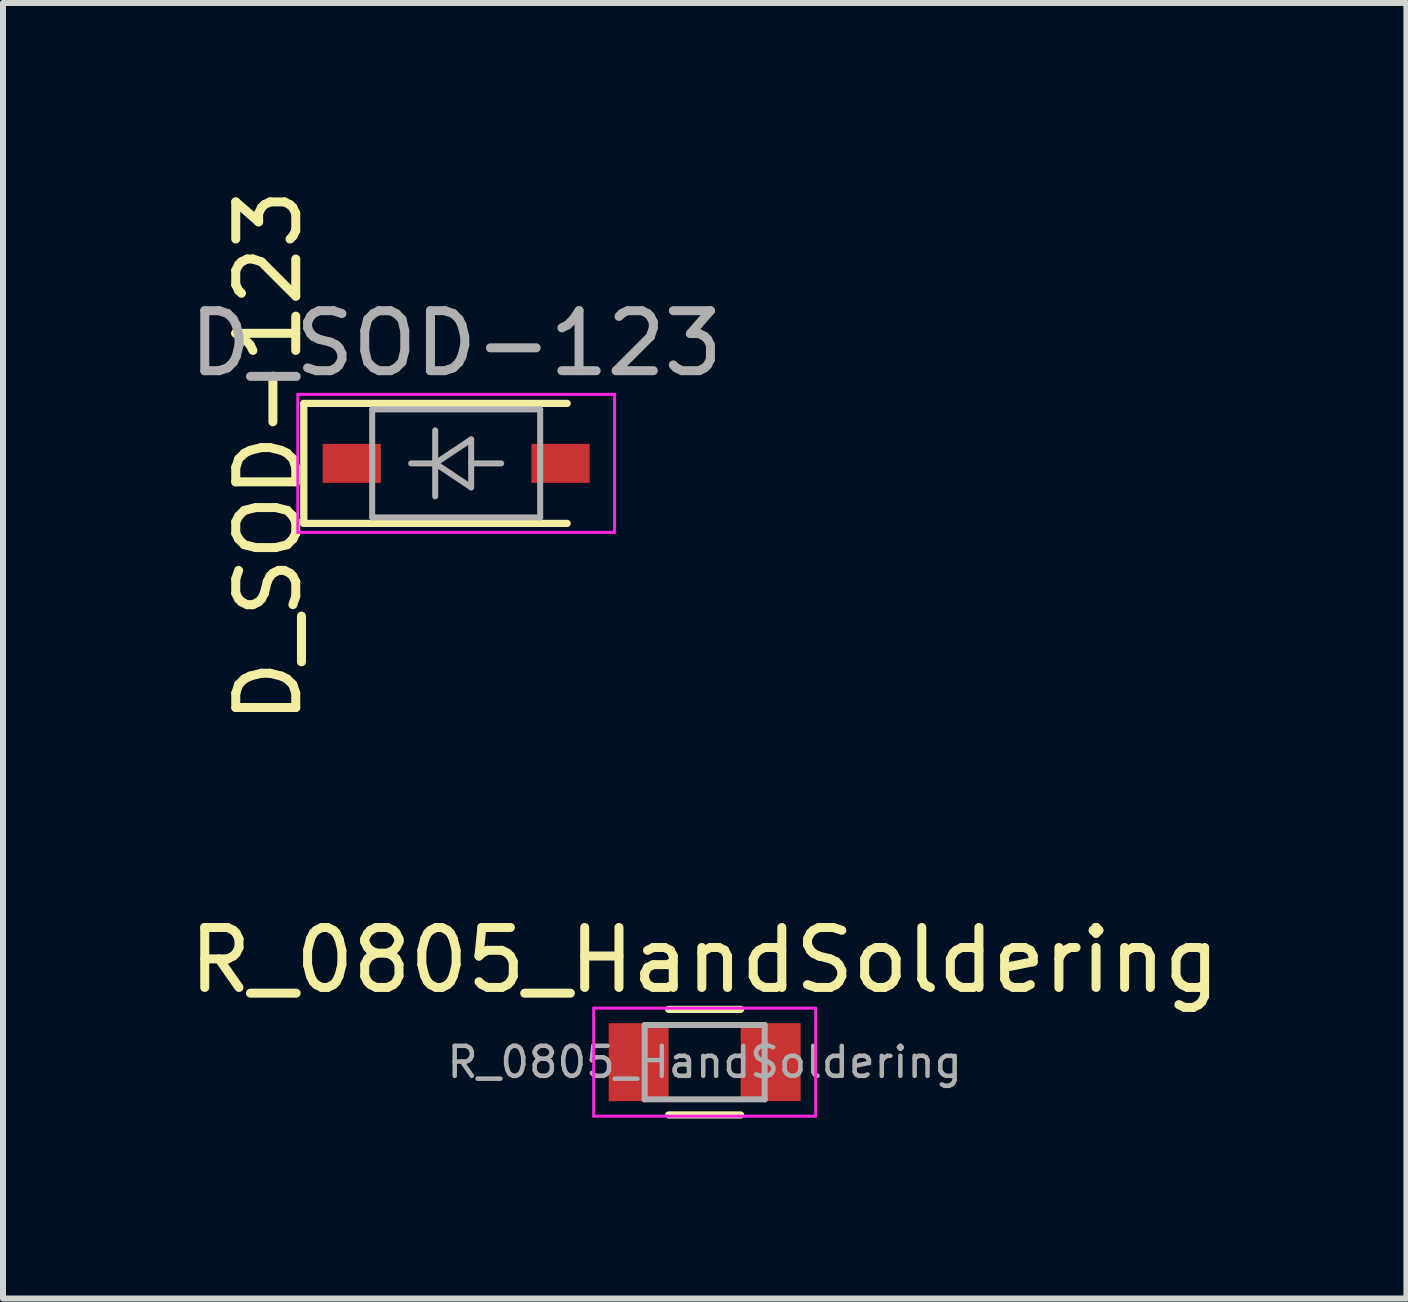
<source format=kicad_pcb>
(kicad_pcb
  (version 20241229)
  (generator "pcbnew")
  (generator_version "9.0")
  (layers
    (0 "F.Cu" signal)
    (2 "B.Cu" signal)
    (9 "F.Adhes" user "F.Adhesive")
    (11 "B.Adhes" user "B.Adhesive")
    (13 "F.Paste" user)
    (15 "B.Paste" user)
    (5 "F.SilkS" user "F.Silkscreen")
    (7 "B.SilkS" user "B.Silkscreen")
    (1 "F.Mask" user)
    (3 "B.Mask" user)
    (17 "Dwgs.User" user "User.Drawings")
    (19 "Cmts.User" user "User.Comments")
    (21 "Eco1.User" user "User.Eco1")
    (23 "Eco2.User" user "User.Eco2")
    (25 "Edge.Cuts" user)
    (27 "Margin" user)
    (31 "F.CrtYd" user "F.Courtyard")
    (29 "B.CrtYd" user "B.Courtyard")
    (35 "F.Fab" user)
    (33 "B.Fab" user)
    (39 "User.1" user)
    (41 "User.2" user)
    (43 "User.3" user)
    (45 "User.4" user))
  (footprint "D_SOD-123"
    (layer "F.Cu")
    (at 4.554 4.674)
    (property "Reference" "D_SOD-123" (at -3.129 -0.121 270) (layer "F.SilkS") (effects (font (size 1 1) (thickness 0.15))))
    (attr smd)
    (fp_line (start -2.54 -1) (end -2.54 1) (stroke (width 0.12) (type solid)) (layer "F.SilkS"))
    (fp_line (start -2.54 -1) (end 1.85 -1) (stroke (width 0.12) (type solid)) (layer "F.SilkS"))
    (fp_line (start -2.54 1) (end 1.85 1) (stroke (width 0.12) (type solid)) (layer "F.SilkS"))
    (fp_line (start -2.64 -1.15) (end -2.64 1.15) (stroke (width 0.05) (type solid)) (layer "F.CrtYd"))
    (fp_line (start -2.64 -1.15) (end 2.64 -1.15) (stroke (width 0.05) (type solid)) (layer "F.CrtYd"))
    (fp_line (start 2.64 -1.15) (end 2.64 1.15) (stroke (width 0.05) (type solid)) (layer "F.CrtYd"))
    (fp_line (start 2.64 1.15) (end -2.64 1.15) (stroke (width 0.05) (type solid)) (layer "F.CrtYd"))
    (fp_line (start -1.4 -0.9) (end 1.4 -0.9) (stroke (width 0.1) (type solid)) (layer "F.Fab"))
    (fp_line (start -1.4 0.9) (end -1.4 -0.9) (stroke (width 0.1) (type solid)) (layer "F.Fab"))
    (fp_line (start -0.75 0) (end -0.35 0) (stroke (width 0.1) (type solid)) (layer "F.Fab"))
    (fp_line (start -0.35 0) (end -0.35 -0.55) (stroke (width 0.1) (type solid)) (layer "F.Fab"))
    (fp_line (start -0.35 0) (end -0.35 0.55) (stroke (width 0.1) (type solid)) (layer "F.Fab"))
    (fp_line (start -0.35 0) (end 0.25 -0.4) (stroke (width 0.1) (type solid)) (layer "F.Fab"))
    (fp_line (start 0.25 -0.4) (end 0.25 0.4) (stroke (width 0.1) (type solid)) (layer "F.Fab"))
    (fp_line (start 0.25 0) (end 0.75 0) (stroke (width 0.1) (type solid)) (layer "F.Fab"))
    (fp_line (start 0.25 0.4) (end -0.35 0) (stroke (width 0.1) (type solid)) (layer "F.Fab"))
    (fp_line (start 1.4 -0.9) (end 1.4 0.9) (stroke (width 0.1) (type solid)) (layer "F.Fab"))
    (fp_line (start 1.4 0.9) (end -1.4 0.9) (stroke (width 0.1) (type solid)) (layer "F.Fab"))
    (fp_text user "${REFERENCE}" (at 0 -2 0) (layer "F.Fab") (effects (font (size 1 1) (thickness 0.15))))
    (pad "1" smd rect (at -1.74 0) (size 0.97 0.65) (layers "F.Cu" "F.Mask" "F.Paste"))
    (pad "2" smd rect (at 1.74 0) (size 0.97 0.65) (layers "F.Cu" "F.Mask" "F.Paste")))
  (footprint "R_0805_HandSoldering"
    (layer "F.Cu")
    (at 8.696 14.655)
    (property "Reference" "R_0805_HandSoldering" (at 0 -1.7 0) (layer "F.SilkS") (effects (font (size 1 1) (thickness 0.15))))
    (attr smd)
    (fp_line (start -0.6 -0.88) (end 0.6 -0.88) (stroke (width 0.12) (type solid)) (layer "F.SilkS"))
    (fp_line (start 0.6 0.88) (end -0.6 0.88) (stroke (width 0.12) (type solid)) (layer "F.SilkS"))
    (fp_line (start -1.85 -0.9) (end -1.85 0.9) (stroke (width 0.05) (type solid)) (layer "F.CrtYd"))
    (fp_line (start -1.85 -0.9) (end 1.85 -0.9) (stroke (width 0.05) (type solid)) (layer "F.CrtYd"))
    (fp_line (start 1.85 0.9) (end -1.85 0.9) (stroke (width 0.05) (type solid)) (layer "F.CrtYd"))
    (fp_line (start 1.85 0.9) (end 1.85 -0.9) (stroke (width 0.05) (type solid)) (layer "F.CrtYd"))
    (fp_line (start -1 -0.62) (end 1 -0.62) (stroke (width 0.1) (type solid)) (layer "F.Fab"))
    (fp_line (start -1 0.62) (end -1 -0.62) (stroke (width 0.1) (type solid)) (layer "F.Fab"))
    (fp_line (start 1 -0.62) (end 1 0.62) (stroke (width 0.1) (type solid)) (layer "F.Fab"))
    (fp_line (start 1 0.62) (end -1 0.62) (stroke (width 0.1) (type solid)) (layer "F.Fab"))
    (fp_text user "${REFERENCE}" (at 0 0 0) (layer "F.Fab") (effects (font (size 0.5 0.5) (thickness 0.075))))
    (pad "1" smd rect (at -1.1 0) (size 1 1.3) (layers "F.Cu" "F.Mask" "F.Paste"))
    (pad "2" smd rect (at 1.1 0) (size 1 1.3) (layers "F.Cu" "F.Mask" "F.Paste")))
  (gr_rect
    (start -3 -3)
    (end 20.393 18.595)
    (stroke (width 0.1) (type default))
    (fill no)
    (layer "Edge.Cuts")))
</source>
